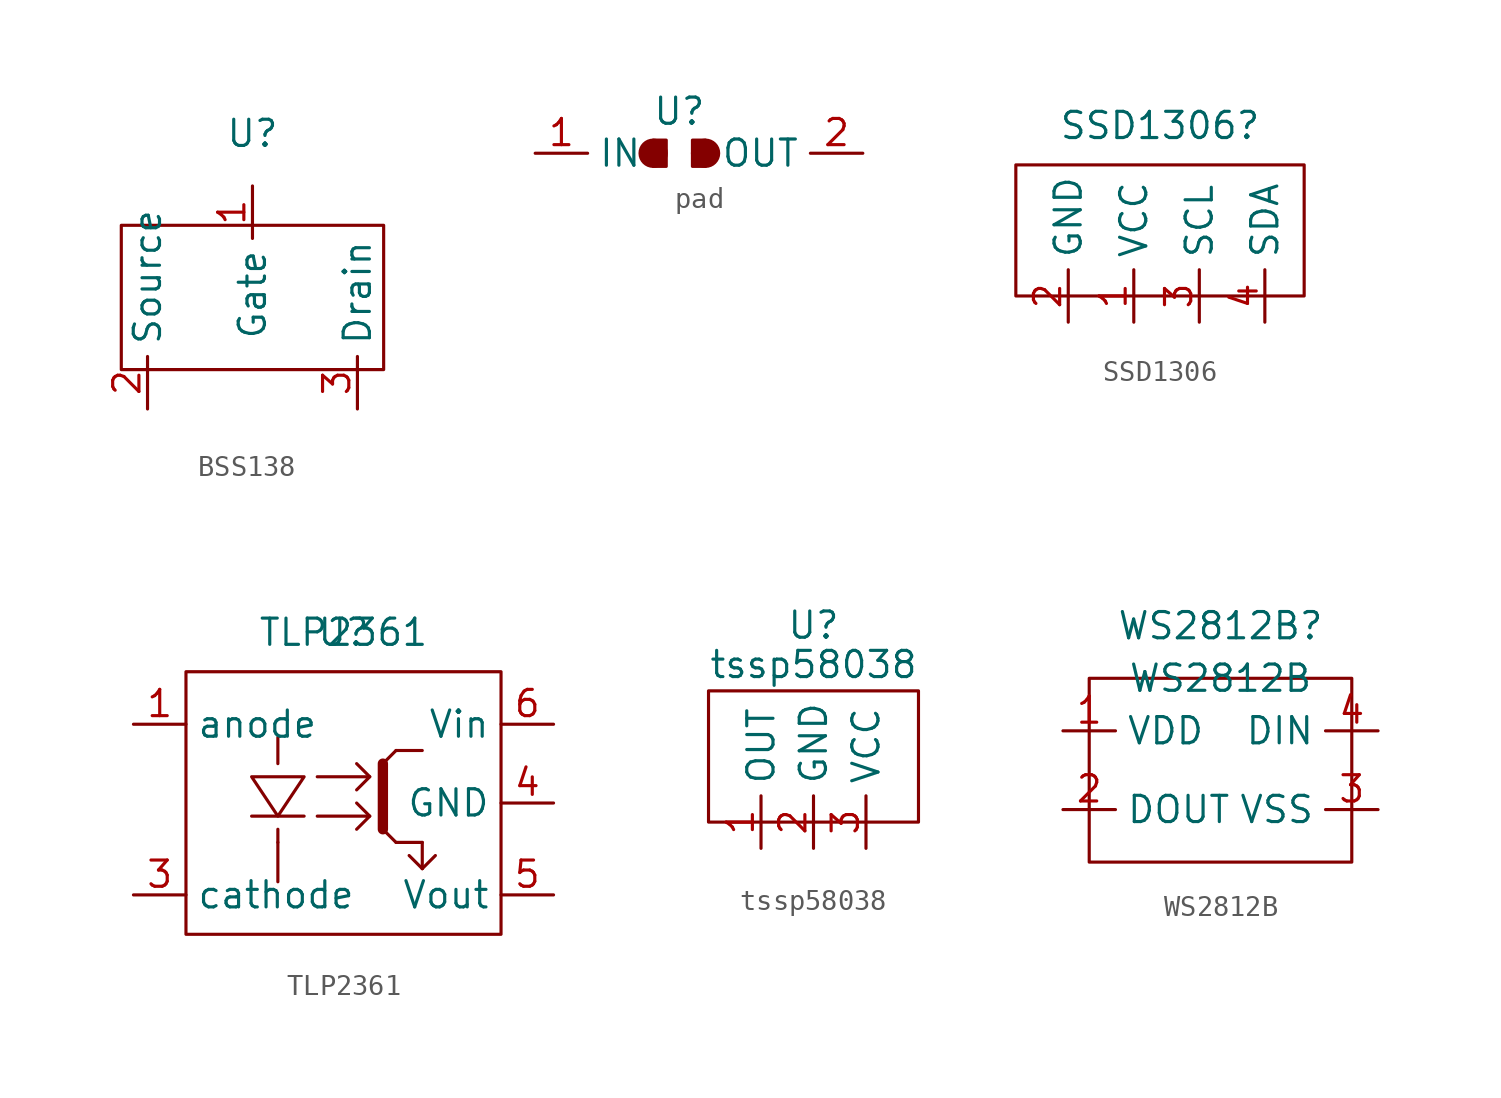
<source format=kicad_sym>
(kicad_symbol_lib
  (version 20231120)
  (generator "kicad_symbol_editor")
  (generator_version "8.0")
  (symbol "BSS138"
    (property "Reference" "U"
      (at 0 2.54 0)
      (effects (font (size 1.27 1.27))))
    (property "Value" ""
      (at 0 2.54 0)
      (effects (font (size 1.27 1.27))))
    (symbol "BSS138_0_1"
      (rectangle (start -6.35 -1.905) (end 6.35 -8.89) (stroke (width 0) (type default)) (fill (type none))))
    (symbol "BSS138_1_1"
      (pin passive line (at 0 0 270) (length 2.54) (name "Gate" (effects (font (size 1.27 1.27)))) (number "1" (effects (font (size 1.27 1.27)))))
      (pin passive line (at -5.08 -10.795 90) (length 2.54) (name "Source" (effects (font (size 1.27 1.27)))) (number "2" (effects (font (size 1.27 1.27)))))
      (pin passive line (at 5.08 -10.795 90) (length 2.54) (name "Drain" (effects (font (size 1.27 1.27)))) (number "3" (effects (font (size 1.27 1.27)))))))
  (symbol "pad"
    (property "Reference" "U"
      (at 0 2.032 0)
      (effects (font (size 1.27 1.27))))
    (property "Value" ""
      (at -0.635 1.27 0)
      (effects (font (size 1.27 1.27))))
    (symbol "pad_1_1"
      (circle (center -1.27 0) (radius 0.635) (stroke (width 0) (type default)) (fill (type outline)))
      (rectangle (start -1.27 0.635) (end -0.635 -0.635) (stroke (width 0) (type default)) (fill (type outline)))
      (rectangle (start 0.635 0.635) (end 1.27 -0.635) (stroke (width 0) (type default)) (fill (type outline)))
      (circle (center 1.27 0) (radius 0.635) (stroke (width 0) (type default)) (fill (type outline)))
      (pin input line (at -6.985 0 0) (length 2.54) (name "IN" (effects (font (size 1.27 1.27)))) (number "1" (effects (font (size 1.27 1.27)))))
      (pin output line (at 8.89 0 180) (length 2.54) (name "OUT" (effects (font (size 1.27 1.27)))) (number "2" (effects (font (size 1.27 1.27)))))))
  (symbol "SSD1306"
    (property "Reference" "SSD1306"
      (at 0 3.175 0)
      (effects (font (size 1.27 1.27))))
    (property "Value" ""
      (at 0 0 0)
      (effects (font (size 1.27 1.27))))
    (symbol "SSD1306_0_1"
      (rectangle (start -6.985 1.27) (end 6.985 -5.08) (stroke (width 0) (type default)) (fill (type none))))
    (symbol "SSD1306_1_1"
      (pin passive line (at -1.27 -6.35 90) (length 2.54) (name "VCC" (effects (font (size 1.27 1.27)))) (number "1" (effects (font (size 1.27 1.27)))))
      (pin passive line (at -4.445 -6.35 90) (length 2.54) (name "GND" (effects (font (size 1.27 1.27)))) (number "2" (effects (font (size 1.27 1.27)))))
      (pin passive line (at 1.905 -6.35 90) (length 2.54) (name "SCL" (effects (font (size 1.27 1.27)))) (number "3" (effects (font (size 1.27 1.27)))))
      (pin passive line (at 5.08 -6.35 90) (length 2.54) (name "SDA" (effects (font (size 1.27 1.27)))) (number "4" (effects (font (size 1.27 1.27)))))))
  (symbol "TLP2361"
    (property "Reference" "U"
      (at 0 3.175 0)
      (effects (font (size 1.27 1.27))))
    (property "Value" "TLP2361"
      (at 0 3.175 0)
      (effects (font (size 1.27 1.27))))
    (symbol "TLP2361_0_1"
      (polyline (pts (xy -4.445 -5.715) (xy -1.905 -5.715)) (stroke (width 0) (type default)) (fill (type none)))
      (polyline (pts (xy -3.175 -8.89) (xy -3.175 -6.985)) (stroke (width 0) (type default)) (fill (type none)))
      (polyline (pts (xy 1.905 -6.35) (xy 2.54 -6.985)) (stroke (width 0) (type default)) (fill (type none)))
      (polyline (pts (xy 1.905 -3.175) (xy 2.54 -2.54)) (stroke (width 0) (type default)) (fill (type none)))
      (polyline (pts (xy 2.54 -6.985) (xy 3.81 -6.985)) (stroke (width 0) (type default)) (fill (type none)))
      (polyline (pts (xy 3.81 -8.255) (xy 3.175 -7.62)) (stroke (width 0) (type default)) (fill (type none)))
      (polyline (pts (xy 3.81 -8.255) (xy 4.445 -7.62)) (stroke (width 0) (type default)) (fill (type none)))
      (polyline (pts (xy 3.81 -6.985) (xy 3.81 -8.255)) (stroke (width 0) (type default)) (fill (type none)))
      (polyline (pts (xy 3.81 -2.54) (xy 2.54 -2.54)) (stroke (width 0) (type default)) (fill (type none)))
      (polyline (pts (xy -4.445 -3.81) (xy -1.905 -3.81) (xy -3.175 -5.715) (xy -4.445 -3.81)) (stroke (width 0) (type default)) (fill (type none))))
    (symbol "TLP2361_1_1"
      (rectangle (start -7.62 1.27) (end 7.62 -11.43) (stroke (width 0) (type default)) (fill (type none)))
      (polyline (pts (xy -3.175 -6.985) (xy -3.175 -6.35)) (stroke (width 0) (type default)) (fill (type none)))
      (polyline (pts (xy -3.175 -1.905) (xy -3.175 -3.175)) (stroke (width 0) (type default)) (fill (type none)))
      (polyline (pts (xy 1.27 -5.715) (xy 0.635 -5.08)) (stroke (width 0) (type default)) (fill (type none)))
      (polyline (pts (xy 1.27 -3.81) (xy 0.635 -3.175)) (stroke (width 0) (type default)) (fill (type none)))
      (polyline (pts (xy 1.905 -3.175) (xy 1.905 -6.35)) (stroke (width 0.5) (type default)) (fill (type none)))
      (polyline (pts (xy -1.27 -5.715) (xy 1.27 -5.715) (xy 0.635 -6.35)) (stroke (width 0) (type default)) (fill (type none)))
      (polyline (pts (xy -1.27 -3.81) (xy 1.27 -3.81) (xy 0.635 -4.445)) (stroke (width 0) (type default)) (fill (type none)))
      (pin passive line (at -10.16 -1.27 0) (length 2.54) (name "anode" (effects (font (size 1.27 1.27)))) (number "1" (effects (font (size 1.27 1.27)))))
      (pin passive line (at -10.16 -9.525 0) (length 2.54) (name "cathode" (effects (font (size 1.27 1.27)))) (number "3" (effects (font (size 1.27 1.27)))))
      (pin passive line (at 10.16 -5.08 180) (length 2.54) (name "GND" (effects (font (size 1.27 1.27)))) (number "4" (effects (font (size 1.27 1.27)))))
      (pin passive line (at 10.16 -9.525 180) (length 2.54) (name "Vout" (effects (font (size 1.27 1.27)))) (number "5" (effects (font (size 1.27 1.27)))))
      (pin passive line (at 10.16 -1.27 180) (length 2.54) (name "Vin" (effects (font (size 1.27 1.27)))) (number "6" (effects (font (size 1.27 1.27)))))))
  (symbol "tssp58038"
    (property "Reference" "U"
      (at 0 3.175 0)
      (effects (font (size 1.27 1.27))))
    (property "Value" "tssp58038"
      (at 0 1.27 0)
      (effects (font (size 1.27 1.27))))
    (symbol "tssp58038_0_1"
      (rectangle (start -5.08 0) (end 5.08 -6.35) (stroke (width 0) (type default)) (fill (type none))))
    (symbol "tssp58038_1_1"
      (pin passive line (at -2.54 -7.62 90) (length 2.54) (name "OUT" (effects (font (size 1.27 1.27)))) (number "1" (effects (font (size 1.27 1.27)))))
      (pin passive line (at 0 -7.62 90) (length 2.54) (name "GND" (effects (font (size 1.27 1.27)))) (number "2" (effects (font (size 1.27 1.27)))))
      (pin passive line (at 2.54 -7.62 90) (length 2.54) (name "VCC" (effects (font (size 1.27 1.27)))) (number "3" (effects (font (size 1.27 1.27)))))))
  (symbol "WS2812B"
    (property "Reference" "WS2812B"
      (at 0 2.54 0)
      (effects (font (size 1.27 1.27))))
    (property "Value" "WS2812B"
      (at 0 0 0)
      (effects (font (size 1.27 1.27))))
    (symbol "WS2812B_0_1"
      (rectangle (start -6.35 0) (end 6.35 -8.89) (stroke (width 0) (type default)) (fill (type none))))
    (symbol "WS2812B_1_1"
      (pin passive line (at -7.62 -2.54 0) (length 2.54) (name "VDD" (effects (font (size 1.27 1.27)))) (number "1" (effects (font (size 1.27 1.27)))))
      (pin passive line (at -7.62 -6.35 0) (length 2.54) (name "DOUT" (effects (font (size 1.27 1.27)))) (number "2" (effects (font (size 1.27 1.27)))))
      (pin passive line (at 7.62 -6.35 180) (length 2.54) (name "VSS" (effects (font (size 1.27 1.27)))) (number "3" (effects (font (size 1.27 1.27)))))
      (pin passive line (at 7.62 -2.54 180) (length 2.54) (name "DIN" (effects (font (size 1.27 1.27)))) (number "4" (effects (font (size 1.27 1.27))))))))
</source>
